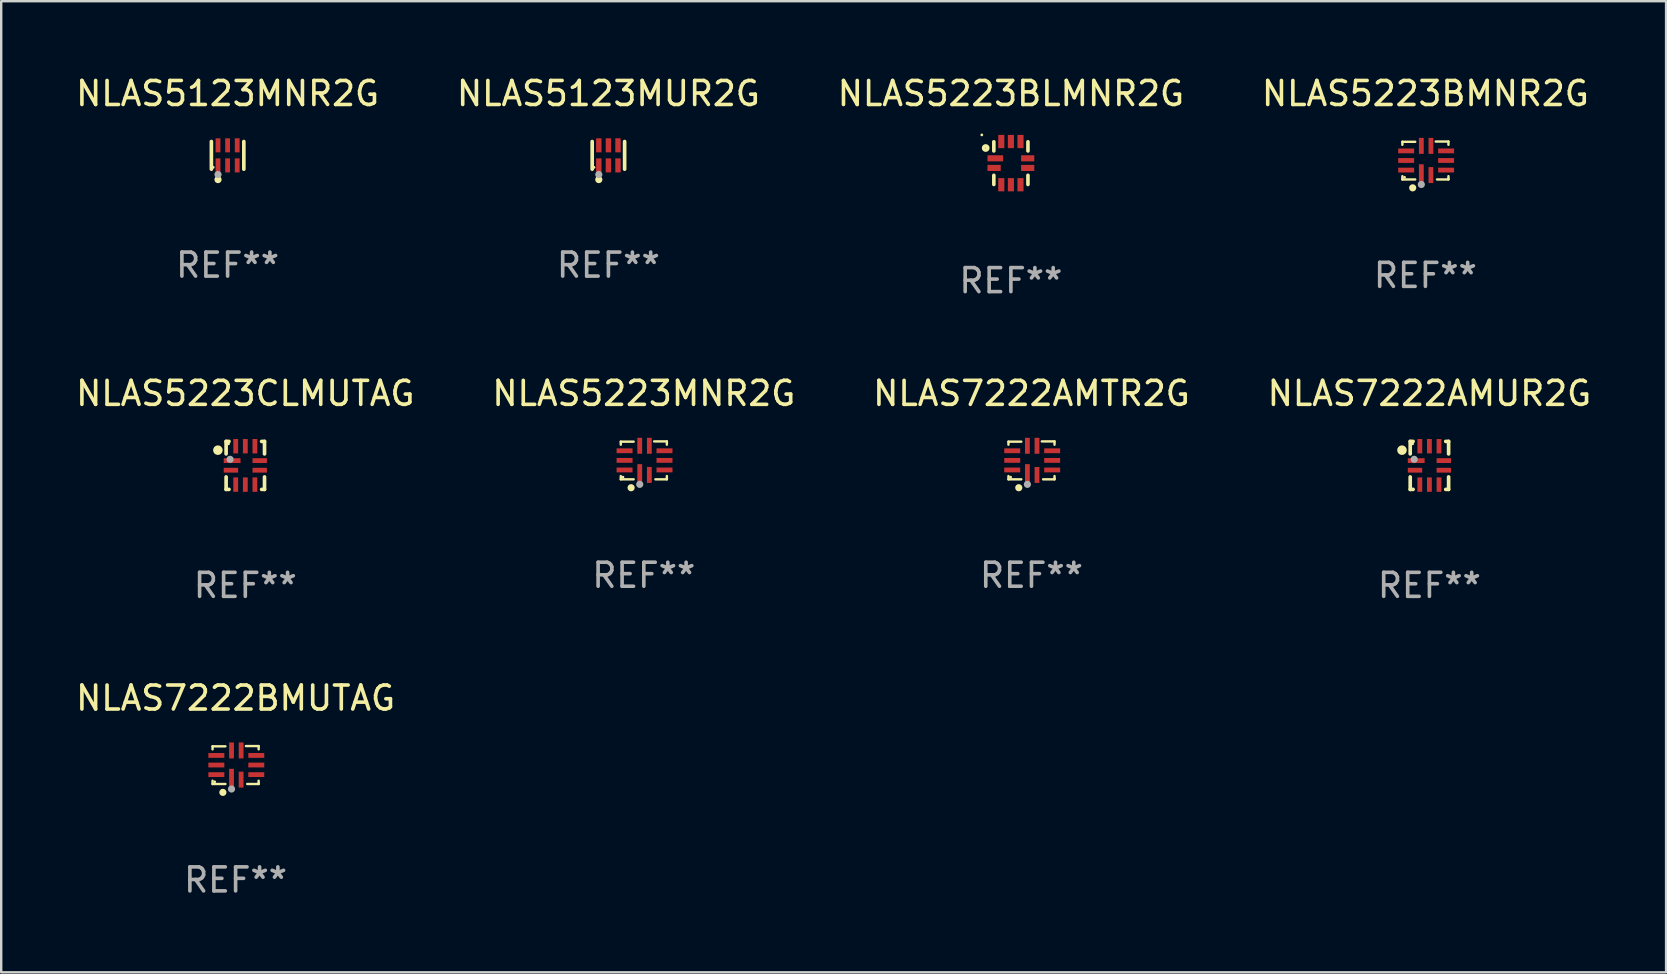
<source format=kicad_pcb>
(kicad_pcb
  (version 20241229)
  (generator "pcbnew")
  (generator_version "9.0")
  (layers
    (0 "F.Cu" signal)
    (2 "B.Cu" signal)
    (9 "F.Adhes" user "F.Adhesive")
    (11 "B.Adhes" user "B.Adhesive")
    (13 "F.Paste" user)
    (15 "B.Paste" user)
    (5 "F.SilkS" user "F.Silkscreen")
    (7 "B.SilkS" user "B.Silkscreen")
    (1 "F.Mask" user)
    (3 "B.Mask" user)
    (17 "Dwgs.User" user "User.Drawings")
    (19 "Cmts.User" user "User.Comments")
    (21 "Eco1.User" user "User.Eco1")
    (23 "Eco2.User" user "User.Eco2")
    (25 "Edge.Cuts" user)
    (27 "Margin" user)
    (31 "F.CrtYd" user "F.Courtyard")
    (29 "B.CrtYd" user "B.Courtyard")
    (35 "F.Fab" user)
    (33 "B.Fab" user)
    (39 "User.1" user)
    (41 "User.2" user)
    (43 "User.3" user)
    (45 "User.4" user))
  (footprint "NLAS7222BMUTAG"
    (layer "F.Cu")
    (at 6.768 28.831)
    (property "Reference" "NLAS7222BMUTAG" (at 0 -2.79 0) (layer "F.SilkS") (effects (font (size 1 1) (thickness 0.15))))
    (attr through_hole)
    (fp_line (start -0.96 -0.78) (end -0.424 -0.78) (stroke (width 0.1) (type solid)) (layer "F.SilkS"))
    (fp_line (start -0.96 -0.654) (end -0.96 -0.78) (stroke (width 0.1) (type solid)) (layer "F.SilkS"))
    (fp_line (start -0.96 0.79) (end -0.96 0.654) (stroke (width 0.1) (type solid)) (layer "F.SilkS"))
    (fp_line (start -0.424 0.79) (end -0.96 0.79) (stroke (width 0.1) (type solid)) (layer "F.SilkS"))
    (fp_line (start 0.43 -0.79) (end 0.96 -0.79) (stroke (width 0.1) (type solid)) (layer "F.SilkS"))
    (fp_line (start 0.96 -0.79) (end 0.96 -0.654) (stroke (width 0.1) (type solid)) (layer "F.SilkS"))
    (fp_line (start 0.96 0.654) (end 0.96 0.76) (stroke (width 0.1) (type solid)) (layer "F.SilkS"))
    (fp_line (start 0.96 0.76) (end 0.96 0.79) (stroke (width 0.1) (type solid)) (layer "F.SilkS"))
    (fp_line (start 0.96 0.79) (end 0.484 0.79) (stroke (width 0.1) (type solid)) (layer "F.SilkS"))
    (fp_circle (center -0.87 0.7) (end -0.84 0.7) (stroke (width 0.06) (type solid)) (fill no) (layer "F.SilkS"))
    (fp_circle (center -0.53 1.14) (end -0.455 1.14) (stroke (width 0.15) (type solid)) (fill no) (layer "F.SilkS"))
    (fp_circle (center -0.17 1) (end -0.095 1) (stroke (width 0.15) (type solid)) (fill no) (layer "F.Fab"))
    (fp_text user "REF**" (at 0 4.79 0) (layer "F.Fab") (effects (font (size 1 1) (thickness 0.15))))
    (pad "1" smd rect (at -0.17 0.608) (size 0.2 0.9) (layers "F.Cu" "F.Mask" "F.Paste"))
    (pad "2" smd rect (at 0.23 0.608) (size 0.2 0.665) (layers "F.Cu" "F.Mask" "F.Paste"))
    (pad "3" smd rect (at 0.862 0.4) (size 0.665 0.2) (layers "F.Cu" "F.Mask" "F.Paste"))
    (pad "4" smd rect (at 0.862 0) (size 0.665 0.2) (layers "F.Cu" "F.Mask" "F.Paste"))
    (pad "5" smd rect (at 0.862 -0.4) (size 0.665 0.2) (layers "F.Cu" "F.Mask" "F.Paste"))
    (pad "6" smd rect (at 0.23 -0.608) (size 0.2 0.665) (layers "F.Cu" "F.Mask" "F.Paste"))
    (pad "7" smd rect (at -0.17 -0.608) (size 0.2 0.665) (layers "F.Cu" "F.Mask" "F.Paste"))
    (pad "8" smd rect (at -0.802 -0.4) (size 0.665 0.2) (layers "F.Cu" "F.Mask" "F.Paste"))
    (pad "9" smd rect (at -0.802 0) (size 0.665 0.2) (layers "F.Cu" "F.Mask" "F.Paste"))
    (pad "10" smd rect (at -0.802 0.4) (size 0.665 0.2) (layers "F.Cu" "F.Mask" "F.Paste")))
  (footprint "NLAS5223BMNR2G"
    (layer "F.Cu")
    (at 56.351 3.638)
    (property "Reference" "NLAS5223BMNR2G" (at 0 -2.79 0) (layer "F.SilkS") (effects (font (size 1 1) (thickness 0.15))))
    (attr through_hole)
    (fp_line (start -0.96 -0.78) (end -0.424 -0.78) (stroke (width 0.1) (type solid)) (layer "F.SilkS"))
    (fp_line (start -0.96 -0.654) (end -0.96 -0.78) (stroke (width 0.1) (type solid)) (layer "F.SilkS"))
    (fp_line (start -0.96 0.79) (end -0.96 0.654) (stroke (width 0.1) (type solid)) (layer "F.SilkS"))
    (fp_line (start -0.424 0.79) (end -0.96 0.79) (stroke (width 0.1) (type solid)) (layer "F.SilkS"))
    (fp_line (start 0.43 -0.79) (end 0.96 -0.79) (stroke (width 0.1) (type solid)) (layer "F.SilkS"))
    (fp_line (start 0.96 -0.79) (end 0.96 -0.654) (stroke (width 0.1) (type solid)) (layer "F.SilkS"))
    (fp_line (start 0.96 0.654) (end 0.96 0.76) (stroke (width 0.1) (type solid)) (layer "F.SilkS"))
    (fp_line (start 0.96 0.76) (end 0.96 0.79) (stroke (width 0.1) (type solid)) (layer "F.SilkS"))
    (fp_line (start 0.96 0.79) (end 0.484 0.79) (stroke (width 0.1) (type solid)) (layer "F.SilkS"))
    (fp_circle (center -0.87 0.7) (end -0.84 0.7) (stroke (width 0.06) (type solid)) (fill no) (layer "F.SilkS"))
    (fp_circle (center -0.53 1.14) (end -0.455 1.14) (stroke (width 0.15) (type solid)) (fill no) (layer "F.SilkS"))
    (fp_circle (center -0.17 1) (end -0.095 1) (stroke (width 0.15) (type solid)) (fill no) (layer "F.Fab"))
    (fp_text user "REF**" (at 0 4.79 0) (layer "F.Fab") (effects (font (size 1 1) (thickness 0.15))))
    (pad "1" smd rect (at -0.17 0.608) (size 0.2 0.9) (layers "F.Cu" "F.Mask" "F.Paste"))
    (pad "2" smd rect (at 0.23 0.608) (size 0.2 0.665) (layers "F.Cu" "F.Mask" "F.Paste"))
    (pad "3" smd rect (at 0.862 0.4) (size 0.665 0.2) (layers "F.Cu" "F.Mask" "F.Paste"))
    (pad "4" smd rect (at 0.862 0) (size 0.665 0.2) (layers "F.Cu" "F.Mask" "F.Paste"))
    (pad "5" smd rect (at 0.862 -0.4) (size 0.665 0.2) (layers "F.Cu" "F.Mask" "F.Paste"))
    (pad "6" smd rect (at 0.23 -0.608) (size 0.2 0.665) (layers "F.Cu" "F.Mask" "F.Paste"))
    (pad "7" smd rect (at -0.17 -0.608) (size 0.2 0.665) (layers "F.Cu" "F.Mask" "F.Paste"))
    (pad "8" smd rect (at -0.802 -0.4) (size 0.665 0.2) (layers "F.Cu" "F.Mask" "F.Paste"))
    (pad "9" smd rect (at -0.802 0) (size 0.665 0.2) (layers "F.Cu" "F.Mask" "F.Paste"))
    (pad "10" smd rect (at -0.802 0.4) (size 0.665 0.2) (layers "F.Cu" "F.Mask" "F.Paste")))
  (footprint "NLAS7222AMUR2G"
    (layer "F.Cu")
    (at 56.518 16.345)
    (property "Reference" "NLAS7222AMUR2G" (at 0 -3 0) (layer "F.SilkS") (effects (font (size 1 1) (thickness 0.15))))
    (attr through_hole)
    (fp_line (start -0.8 -1) (end -0.68 -1) (stroke (width 0.152) (type solid)) (layer "F.SilkS"))
    (fp_line (start -0.8 -0.48) (end -0.8 -1) (stroke (width 0.152) (type solid)) (layer "F.SilkS"))
    (fp_line (start -0.8 1) (end -0.8 0.48) (stroke (width 0.152) (type solid)) (layer "F.SilkS"))
    (fp_line (start -0.68 1) (end -0.8 1) (stroke (width 0.152) (type solid)) (layer "F.SilkS"))
    (fp_line (start 0.68 -1) (end 0.8 -1) (stroke (width 0.152) (type solid)) (layer "F.SilkS"))
    (fp_line (start 0.8 -1) (end 0.8 -0.48) (stroke (width 0.152) (type solid)) (layer "F.SilkS"))
    (fp_line (start 0.8 0.48) (end 0.8 1) (stroke (width 0.152) (type solid)) (layer "F.SilkS"))
    (fp_line (start 0.8 1) (end 0.68 1) (stroke (width 0.152) (type solid)) (layer "F.SilkS"))
    (fp_circle (center -1.143 -0.635) (end -1.043 -0.635) (stroke (width 0.2) (type solid)) (fill no) (layer "F.SilkS"))
    (fp_circle (center -0.7 -0.9) (end -0.67 -0.9) (stroke (width 0.06) (type solid)) (fill no) (layer "F.SilkS"))
    (fp_circle (center -0.635 -0.254) (end -0.56 -0.254) (stroke (width 0.15) (type solid)) (fill no) (layer "F.Fab"))
    (fp_text user "REF**" (at 0 5 0) (layer "F.Fab") (effects (font (size 1 1) (thickness 0.15))))
    (pad "1" smd rect (at -0.55 -0.2) (size 0.7 0.2) (layers "F.Cu" "F.Mask" "F.Paste"))
    (pad "2" smd rect (at -0.6 0.2) (size 0.6 0.2) (layers "F.Cu" "F.Mask" "F.Paste"))
    (pad "3" smd rect (at -0.4 0.8) (size 0.2 0.6) (layers "F.Cu" "F.Mask" "F.Paste"))
    (pad "4" smd rect (at 0 0.8) (size 0.2 0.6) (layers "F.Cu" "F.Mask" "F.Paste"))
    (pad "5" smd rect (at 0.4 0.8) (size 0.2 0.6) (layers "F.Cu" "F.Mask" "F.Paste"))
    (pad "6" smd rect (at 0.6 0.2) (size 0.6 0.2) (layers "F.Cu" "F.Mask" "F.Paste"))
    (pad "7" smd rect (at 0.6 -0.2) (size 0.6 0.2) (layers "F.Cu" "F.Mask" "F.Paste"))
    (pad "8" smd rect (at 0.4 -0.8) (size 0.2 0.6) (layers "F.Cu" "F.Mask" "F.Paste"))
    (pad "9" smd rect (at 0 -0.8) (size 0.2 0.6) (layers "F.Cu" "F.Mask" "F.Paste"))
    (pad "10" smd rect (at -0.4 -0.8) (size 0.2 0.6) (layers "F.Cu" "F.Mask" "F.Paste")))
  (footprint "NLAS5123MUR2G"
    (layer "F.Cu")
    (at 22.304 3.424)
    (property "Reference" "NLAS5123MUR2G" (at 0 -2.576 0) (layer "F.SilkS") (effects (font (size 1 1) (thickness 0.15))))
    (attr through_hole)
    (fp_line (start -0.676 0.576) (end -0.676 -0.576) (stroke (width 0.152) (type solid)) (layer "F.SilkS"))
    (fp_line (start 0.676 0.576) (end 0.676 -0.576) (stroke (width 0.152) (type solid)) (layer "F.SilkS"))
    (fp_circle (center -0.6 0.5) (end -0.57 0.5) (stroke (width 0.06) (type solid)) (fill no) (layer "F.SilkS"))
    (fp_circle (center -0.4 1.01) (end -0.325 1.01) (stroke (width 0.15) (type solid)) (fill no) (layer "F.SilkS"))
    (fp_circle (center -0.4 0.8) (end -0.325 0.8) (stroke (width 0.15) (type solid)) (fill no) (layer "F.Fab"))
    (fp_text user "REF**" (at 0 4.576 0) (layer "F.Fab") (effects (font (size 1 1) (thickness 0.15))))
    (pad "1" smd rect (at -0.4 0.418) (size 0.224 0.585) (layers "F.Cu" "F.Mask" "F.Paste"))
    (pad "2" smd rect (at 0 0.418) (size 0.224 0.585) (layers "F.Cu" "F.Mask" "F.Paste"))
    (pad "3" smd rect (at 0.4 0.418) (size 0.224 0.585) (layers "F.Cu" "F.Mask" "F.Paste"))
    (pad "4" smd rect (at 0.4 -0.418) (size 0.224 0.585) (layers "F.Cu" "F.Mask" "F.Paste"))
    (pad "5" smd rect (at 0 -0.418) (size 0.224 0.585) (layers "F.Cu" "F.Mask" "F.Paste"))
    (pad "6" smd rect (at -0.4 -0.418) (size 0.224 0.585) (layers "F.Cu" "F.Mask" "F.Paste")))
  (footprint "NLAS5123MNR2G"
    (layer "F.Cu")
    (at 6.435 3.424)
    (property "Reference" "NLAS5123MNR2G" (at 0 -2.576 0) (layer "F.SilkS") (effects (font (size 1 1) (thickness 0.15))))
    (attr through_hole)
    (fp_line (start -0.676 0.576) (end -0.676 -0.576) (stroke (width 0.152) (type solid)) (layer "F.SilkS"))
    (fp_line (start 0.676 0.576) (end 0.676 -0.576) (stroke (width 0.152) (type solid)) (layer "F.SilkS"))
    (fp_circle (center -0.6 0.5) (end -0.57 0.5) (stroke (width 0.06) (type solid)) (fill no) (layer "F.SilkS"))
    (fp_circle (center -0.4 1.01) (end -0.325 1.01) (stroke (width 0.15) (type solid)) (fill no) (layer "F.SilkS"))
    (fp_circle (center -0.4 0.8) (end -0.325 0.8) (stroke (width 0.15) (type solid)) (fill no) (layer "F.Fab"))
    (fp_text user "REF**" (at 0 4.576 0) (layer "F.Fab") (effects (font (size 1 1) (thickness 0.15))))
    (pad "1" smd rect (at -0.4 0.418) (size 0.2 0.585) (layers "F.Cu" "F.Mask" "F.Paste"))
    (pad "2" smd rect (at 0 0.418) (size 0.2 0.585) (layers "F.Cu" "F.Mask" "F.Paste"))
    (pad "3" smd rect (at 0.4 0.418) (size 0.2 0.585) (layers "F.Cu" "F.Mask" "F.Paste"))
    (pad "4" smd rect (at 0.4 -0.418) (size 0.2 0.585) (layers "F.Cu" "F.Mask" "F.Paste"))
    (pad "5" smd rect (at 0 -0.418) (size 0.2 0.585) (layers "F.Cu" "F.Mask" "F.Paste"))
    (pad "6" smd rect (at -0.4 -0.418) (size 0.2 0.585) (layers "F.Cu" "F.Mask" "F.Paste")))
  (footprint "NLAS5223MNR2G"
    (layer "F.Cu")
    (at 23.78 16.135)
    (property "Reference" "NLAS5223MNR2G" (at 0 -2.79 0) (layer "F.SilkS") (effects (font (size 1 1) (thickness 0.15))))
    (attr through_hole)
    (fp_line (start -0.96 -0.78) (end -0.424 -0.78) (stroke (width 0.1) (type solid)) (layer "F.SilkS"))
    (fp_line (start -0.96 -0.654) (end -0.96 -0.78) (stroke (width 0.1) (type solid)) (layer "F.SilkS"))
    (fp_line (start -0.96 0.79) (end -0.96 0.654) (stroke (width 0.1) (type solid)) (layer "F.SilkS"))
    (fp_line (start -0.424 0.79) (end -0.96 0.79) (stroke (width 0.1) (type solid)) (layer "F.SilkS"))
    (fp_line (start 0.43 -0.79) (end 0.96 -0.79) (stroke (width 0.1) (type solid)) (layer "F.SilkS"))
    (fp_line (start 0.96 -0.79) (end 0.96 -0.654) (stroke (width 0.1) (type solid)) (layer "F.SilkS"))
    (fp_line (start 0.96 0.654) (end 0.96 0.76) (stroke (width 0.1) (type solid)) (layer "F.SilkS"))
    (fp_line (start 0.96 0.76) (end 0.96 0.79) (stroke (width 0.1) (type solid)) (layer "F.SilkS"))
    (fp_line (start 0.96 0.79) (end 0.484 0.79) (stroke (width 0.1) (type solid)) (layer "F.SilkS"))
    (fp_circle (center -0.87 0.7) (end -0.84 0.7) (stroke (width 0.06) (type solid)) (fill no) (layer "F.SilkS"))
    (fp_circle (center -0.53 1.14) (end -0.455 1.14) (stroke (width 0.15) (type solid)) (fill no) (layer "F.SilkS"))
    (fp_circle (center -0.17 1) (end -0.095 1) (stroke (width 0.15) (type solid)) (fill no) (layer "F.Fab"))
    (fp_text user "REF**" (at 0 4.79 0) (layer "F.Fab") (effects (font (size 1 1) (thickness 0.15))))
    (pad "1" smd rect (at -0.17 0.608) (size 0.2 0.9) (layers "F.Cu" "F.Mask" "F.Paste"))
    (pad "2" smd rect (at 0.23 0.608) (size 0.2 0.665) (layers "F.Cu" "F.Mask" "F.Paste"))
    (pad "3" smd rect (at 0.862 0.4) (size 0.665 0.2) (layers "F.Cu" "F.Mask" "F.Paste"))
    (pad "4" smd rect (at 0.862 0) (size 0.665 0.2) (layers "F.Cu" "F.Mask" "F.Paste"))
    (pad "5" smd rect (at 0.862 -0.4) (size 0.665 0.2) (layers "F.Cu" "F.Mask" "F.Paste"))
    (pad "6" smd rect (at 0.23 -0.608) (size 0.2 0.665) (layers "F.Cu" "F.Mask" "F.Paste"))
    (pad "7" smd rect (at -0.17 -0.608) (size 0.2 0.665) (layers "F.Cu" "F.Mask" "F.Paste"))
    (pad "8" smd rect (at -0.802 -0.4) (size 0.665 0.2) (layers "F.Cu" "F.Mask" "F.Paste"))
    (pad "9" smd rect (at -0.802 0) (size 0.665 0.2) (layers "F.Cu" "F.Mask" "F.Paste"))
    (pad "10" smd rect (at -0.802 0.4) (size 0.665 0.2) (layers "F.Cu" "F.Mask" "F.Paste")))
  (footprint "NLAS5223CLMUTAG"
    (layer "F.Cu")
    (at 7.173 16.345)
    (property "Reference" "NLAS5223CLMUTAG" (at 0 -3 0) (layer "F.SilkS") (effects (font (size 1 1) (thickness 0.15))))
    (attr through_hole)
    (fp_line (start -0.8 -1) (end -0.68 -1) (stroke (width 0.152) (type solid)) (layer "F.SilkS"))
    (fp_line (start -0.8 -0.48) (end -0.8 -1) (stroke (width 0.152) (type solid)) (layer "F.SilkS"))
    (fp_line (start -0.8 1) (end -0.8 0.48) (stroke (width 0.152) (type solid)) (layer "F.SilkS"))
    (fp_line (start -0.68 1) (end -0.8 1) (stroke (width 0.152) (type solid)) (layer "F.SilkS"))
    (fp_line (start 0.68 -1) (end 0.8 -1) (stroke (width 0.152) (type solid)) (layer "F.SilkS"))
    (fp_line (start 0.8 -1) (end 0.8 -0.48) (stroke (width 0.152) (type solid)) (layer "F.SilkS"))
    (fp_line (start 0.8 0.48) (end 0.8 1) (stroke (width 0.152) (type solid)) (layer "F.SilkS"))
    (fp_line (start 0.8 1) (end 0.68 1) (stroke (width 0.152) (type solid)) (layer "F.SilkS"))
    (fp_circle (center -1.143 -0.635) (end -1.043 -0.635) (stroke (width 0.2) (type solid)) (fill no) (layer "F.SilkS"))
    (fp_circle (center -0.7 -0.9) (end -0.67 -0.9) (stroke (width 0.06) (type solid)) (fill no) (layer "F.SilkS"))
    (fp_circle (center -0.635 -0.254) (end -0.56 -0.254) (stroke (width 0.15) (type solid)) (fill no) (layer "F.Fab"))
    (fp_text user "REF**" (at 0 5 0) (layer "F.Fab") (effects (font (size 1 1) (thickness 0.15))))
    (pad "1" smd rect (at -0.55 -0.2) (size 0.7 0.2) (layers "F.Cu" "F.Mask" "F.Paste"))
    (pad "2" smd rect (at -0.6 0.2) (size 0.6 0.2) (layers "F.Cu" "F.Mask" "F.Paste"))
    (pad "3" smd rect (at -0.4 0.8) (size 0.2 0.6) (layers "F.Cu" "F.Mask" "F.Paste"))
    (pad "4" smd rect (at 0 0.8) (size 0.2 0.6) (layers "F.Cu" "F.Mask" "F.Paste"))
    (pad "5" smd rect (at 0.4 0.8) (size 0.2 0.6) (layers "F.Cu" "F.Mask" "F.Paste"))
    (pad "6" smd rect (at 0.6 0.2) (size 0.6 0.2) (layers "F.Cu" "F.Mask" "F.Paste"))
    (pad "7" smd rect (at 0.6 -0.2) (size 0.6 0.2) (layers "F.Cu" "F.Mask" "F.Paste"))
    (pad "8" smd rect (at 0.4 -0.8) (size 0.2 0.6) (layers "F.Cu" "F.Mask" "F.Paste"))
    (pad "9" smd rect (at 0 -0.8) (size 0.2 0.6) (layers "F.Cu" "F.Mask" "F.Paste"))
    (pad "10" smd rect (at -0.4 -0.8) (size 0.2 0.6) (layers "F.Cu" "F.Mask" "F.Paste")))
  (footprint "NLAS5223BLMNR2G"
    (layer "F.Cu")
    (at 39.077 3.748)
    (property "Reference" "NLAS5223BLMNR2G" (at 0 -2.9 0) (layer "F.SilkS") (effects (font (size 1 1) (thickness 0.15))))
    (attr through_hole)
    (fp_line (start -0.711 -0.889) (end -0.711 -0.508) (stroke (width 0.15) (type solid)) (layer "F.SilkS"))
    (fp_line (start -0.711 0.508) (end -0.711 0.889) (stroke (width 0.15) (type solid)) (layer "F.SilkS"))
    (fp_line (start 0.711 -0.889) (end 0.711 -0.508) (stroke (width 0.15) (type solid)) (layer "F.SilkS"))
    (fp_line (start 0.711 0.508) (end 0.711 0.889) (stroke (width 0.15) (type solid)) (layer "F.SilkS"))
    (fp_circle (center -1.212 -1.176) (end -1.182 -1.176) (stroke (width 0.06) (type solid)) (fill no) (layer "F.SilkS"))
    (fp_circle (center -1.05 -0.63) (end -0.963 -0.63) (stroke (width 0.15) (type solid)) (fill no) (layer "F.SilkS"))
    (fp_text user "REF**" (at 0 4.9 0) (layer "F.Fab") (effects (font (size 1 1) (thickness 0.15))))
    (pad "1" smd rect (at -0.65 -0.2 90) (size 0.254 0.65) (layers "F.Cu" "F.Mask" "F.Paste"))
    (pad "2" smd rect (at -0.7 0.2 90) (size 0.254 0.551) (layers "F.Cu" "F.Mask" "F.Paste"))
    (pad "3" smd rect (at -0.4 0.9) (size 0.254 0.551) (layers "F.Cu" "F.Mask" "F.Paste"))
    (pad "4" smd rect (at 0 0.9) (size 0.254 0.551) (layers "F.Cu" "F.Mask" "F.Paste"))
    (pad "5" smd rect (at 0.4 0.9) (size 0.254 0.551) (layers "F.Cu" "F.Mask" "F.Paste"))
    (pad "6" smd rect (at 0.7 0.2 90) (size 0.254 0.551) (layers "F.Cu" "F.Mask" "F.Paste"))
    (pad "7" smd rect (at 0.7 -0.2 90) (size 0.254 0.551) (layers "F.Cu" "F.Mask" "F.Paste"))
    (pad "8" smd rect (at 0.4 -0.9) (size 0.254 0.551) (layers "F.Cu" "F.Mask" "F.Paste"))
    (pad "9" smd rect (at 0 -0.9) (size 0.254 0.551) (layers "F.Cu" "F.Mask" "F.Paste"))
    (pad "10" smd rect (at -0.4 -0.9) (size 0.254 0.551) (layers "F.Cu" "F.Mask" "F.Paste")))
  (footprint "NLAS7222AMTR2G"
    (layer "F.Cu")
    (at 39.935 16.135)
    (property "Reference" "NLAS7222AMTR2G" (at 0 -2.79 0) (layer "F.SilkS") (effects (font (size 1 1) (thickness 0.15))))
    (attr through_hole)
    (fp_line (start -0.96 -0.78) (end -0.424 -0.78) (stroke (width 0.1) (type solid)) (layer "F.SilkS"))
    (fp_line (start -0.96 -0.654) (end -0.96 -0.78) (stroke (width 0.1) (type solid)) (layer "F.SilkS"))
    (fp_line (start -0.96 0.79) (end -0.96 0.654) (stroke (width 0.1) (type solid)) (layer "F.SilkS"))
    (fp_line (start -0.424 0.79) (end -0.96 0.79) (stroke (width 0.1) (type solid)) (layer "F.SilkS"))
    (fp_line (start 0.43 -0.79) (end 0.96 -0.79) (stroke (width 0.1) (type solid)) (layer "F.SilkS"))
    (fp_line (start 0.96 -0.79) (end 0.96 -0.654) (stroke (width 0.1) (type solid)) (layer "F.SilkS"))
    (fp_line (start 0.96 0.654) (end 0.96 0.76) (stroke (width 0.1) (type solid)) (layer "F.SilkS"))
    (fp_line (start 0.96 0.76) (end 0.96 0.79) (stroke (width 0.1) (type solid)) (layer "F.SilkS"))
    (fp_line (start 0.96 0.79) (end 0.484 0.79) (stroke (width 0.1) (type solid)) (layer "F.SilkS"))
    (fp_circle (center -0.87 0.7) (end -0.84 0.7) (stroke (width 0.06) (type solid)) (fill no) (layer "F.SilkS"))
    (fp_circle (center -0.53 1.14) (end -0.455 1.14) (stroke (width 0.15) (type solid)) (fill no) (layer "F.SilkS"))
    (fp_circle (center -0.17 1) (end -0.095 1) (stroke (width 0.15) (type solid)) (fill no) (layer "F.Fab"))
    (fp_text user "REF**" (at 0 4.79 0) (layer "F.Fab") (effects (font (size 1 1) (thickness 0.15))))
    (pad "1" smd rect (at -0.17 0.608) (size 0.2 0.9) (layers "F.Cu" "F.Mask" "F.Paste"))
    (pad "2" smd rect (at 0.23 0.608) (size 0.2 0.665) (layers "F.Cu" "F.Mask" "F.Paste"))
    (pad "3" smd rect (at 0.862 0.4) (size 0.665 0.2) (layers "F.Cu" "F.Mask" "F.Paste"))
    (pad "4" smd rect (at 0.862 0) (size 0.665 0.2) (layers "F.Cu" "F.Mask" "F.Paste"))
    (pad "5" smd rect (at 0.862 -0.4) (size 0.665 0.2) (layers "F.Cu" "F.Mask" "F.Paste"))
    (pad "6" smd rect (at 0.23 -0.608) (size 0.2 0.665) (layers "F.Cu" "F.Mask" "F.Paste"))
    (pad "7" smd rect (at -0.17 -0.608) (size 0.2 0.665) (layers "F.Cu" "F.Mask" "F.Paste"))
    (pad "8" smd rect (at -0.802 -0.4) (size 0.665 0.2) (layers "F.Cu" "F.Mask" "F.Paste"))
    (pad "9" smd rect (at -0.802 0) (size 0.665 0.2) (layers "F.Cu" "F.Mask" "F.Paste"))
    (pad "10" smd rect (at -0.802 0.4) (size 0.665 0.2) (layers "F.Cu" "F.Mask" "F.Paste")))
  (gr_rect
    (start -3 -3)
    (end 66.381 37.469)
    (stroke (width 0.1) (type default))
    (fill no)
    (layer "Edge.Cuts")))
</source>
